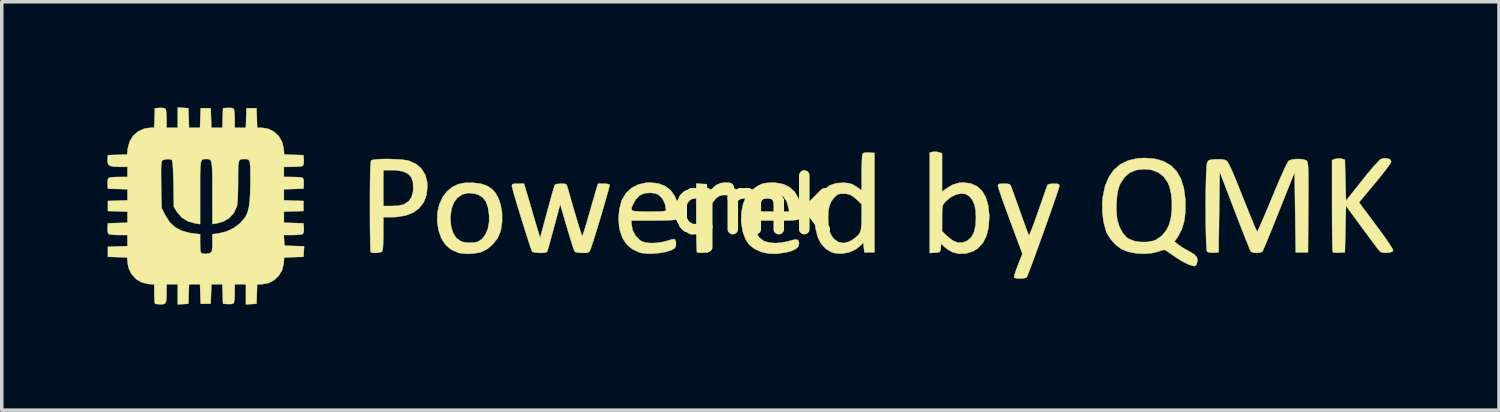
<source format=kicad_pcb>
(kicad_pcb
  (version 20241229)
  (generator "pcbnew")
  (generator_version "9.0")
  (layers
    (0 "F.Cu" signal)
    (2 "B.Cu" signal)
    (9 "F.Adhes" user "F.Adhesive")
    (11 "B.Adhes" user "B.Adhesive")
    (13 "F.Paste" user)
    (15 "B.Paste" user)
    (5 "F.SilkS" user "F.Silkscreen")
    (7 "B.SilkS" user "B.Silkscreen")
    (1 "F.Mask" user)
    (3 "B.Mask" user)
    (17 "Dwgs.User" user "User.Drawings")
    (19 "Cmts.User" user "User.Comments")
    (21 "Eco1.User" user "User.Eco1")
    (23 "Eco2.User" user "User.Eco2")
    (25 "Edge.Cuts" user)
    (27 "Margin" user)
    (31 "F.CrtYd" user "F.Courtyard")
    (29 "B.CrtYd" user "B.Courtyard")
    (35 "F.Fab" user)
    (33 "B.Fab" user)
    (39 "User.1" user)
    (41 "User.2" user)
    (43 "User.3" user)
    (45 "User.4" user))
  (footprint "qmk"
    (layer "F.Cu")
    (at 18.352 2.771)
    (property "Reference" "qmk" (at 0 0 0) (layer "F.SilkS") (effects (font (size 1.524 1.524) (thickness 0.3))))
    (attr through_hole)
    (fp_poly (pts (xy -0.665 -0.626) (xy -0.588 -0.592) (xy -0.55 -0.522) (xy -0.54 -0.411) (xy -0.54 -0.253) (xy -0.716 -0.274) (xy -0.855 -0.28) (xy -0.961 -0.254) (xy -1.055 -0.187) (xy -1.153 -0.072) (xy -1.16 -0.062) (xy -1.269 0.086) (xy -1.286 1.349) (xy -1.43 1.359) (xy -1.521 1.36) (xy -1.584 1.352) (xy -1.597 1.346) (xy -1.602 1.309) (xy -1.607 1.217) (xy -1.612 1.078) (xy -1.615 0.899) (xy -1.618 0.688) (xy -1.619 0.454) (xy -1.619 0.358) (xy -1.619 -0.607) (xy -1.468 -0.597) (xy -1.318 -0.587) (xy -1.308 -0.453) (xy -1.298 -0.319) (xy -1.2 -0.431) (xy -1.068 -0.553) (xy -0.929 -0.618) (xy -0.793 -0.635) (xy -0.665 -0.626)) (stroke (width 0.01) (type solid)) (fill yes) (layer "F.SilkS"))
    (fp_poly (pts (xy 18.033 -1.317) (xy 18.103 -1.284) (xy 18.129 -1.233) (xy 18.109 -1.189) (xy 18.052 -1.103) (xy 17.963 -0.983) (xy 17.848 -0.835) (xy 17.71 -0.666) (xy 17.671 -0.619) (xy 17.213 -0.07) (xy 17.704 0.588) (xy 17.837 0.767) (xy 17.955 0.932) (xy 18.054 1.075) (xy 18.129 1.189) (xy 18.174 1.266) (xy 18.186 1.297) (xy 18.151 1.332) (xy 18.075 1.354) (xy 17.979 1.363) (xy 17.886 1.356) (xy 17.817 1.332) (xy 17.805 1.323) (xy 17.775 1.285) (xy 17.712 1.204) (xy 17.623 1.087) (xy 17.515 0.941) (xy 17.392 0.775) (xy 17.302 0.652) (xy 16.843 0.027) (xy 16.812 1.349) (xy 16.652 1.359) (xy 16.555 1.36) (xy 16.487 1.353) (xy 16.469 1.346) (xy 16.464 1.31) (xy 16.46 1.218) (xy 16.456 1.075) (xy 16.452 0.89) (xy 16.449 0.668) (xy 16.448 0.417) (xy 16.447 0.144) (xy 16.447 0.026) (xy 16.447 -1.272) (xy 16.534 -1.305) (xy 16.652 -1.321) (xy 16.716 -1.311) (xy 16.812 -1.284) (xy 16.843 -0.119) (xy 17.303 -0.698) (xy 17.449 -0.88) (xy 17.581 -1.037) (xy 17.693 -1.164) (xy 17.778 -1.255) (xy 17.833 -1.302) (xy 17.842 -1.307) (xy 17.94 -1.327) (xy 18.033 -1.317)) (stroke (width 0.01) (type solid)) (fill yes) (layer "F.SilkS"))
    (fp_poly (pts (xy -7.958 -0.628) (xy -7.738 -0.601) (xy -7.564 -0.543) (xy -7.423 -0.449) (xy -7.341 -0.363) (xy -7.242 -0.2) (xy -7.174 0.004) (xy -7.137 0.233) (xy -7.135 0.472) (xy -7.169 0.705) (xy -7.187 0.774) (xy -7.271 0.958) (xy -7.401 1.124) (xy -7.561 1.258) (xy -7.738 1.344) (xy -7.748 1.347) (xy -7.929 1.382) (xy -8.127 1.392) (xy -8.31 1.376) (xy -8.378 1.361) (xy -8.578 1.274) (xy -8.738 1.139) (xy -8.859 0.956) (xy -8.94 0.73) (xy -8.98 0.473) (xy -8.977 0.389) (xy -8.604 0.389) (xy -8.584 0.614) (xy -8.526 0.801) (xy -8.433 0.943) (xy -8.306 1.035) (xy -8.287 1.044) (xy -8.182 1.068) (xy -8.048 1.077) (xy -7.918 1.069) (xy -7.832 1.05) (xy -7.706 0.969) (xy -7.606 0.84) (xy -7.537 0.671) (xy -7.503 0.472) (xy -7.505 0.282) (xy -7.538 0.067) (xy -7.596 -0.094) (xy -7.684 -0.209) (xy -7.806 -0.285) (xy -7.906 -0.317) (xy -8.095 -0.336) (xy -8.261 -0.298) (xy -8.398 -0.208) (xy -8.503 -0.07) (xy -8.573 0.113) (xy -8.603 0.337) (xy -8.604 0.389) (xy -8.977 0.389) (xy -8.972 0.219) (xy -8.918 -0.019) (xy -8.82 -0.23) (xy -8.7 -0.383) (xy -8.549 -0.508) (xy -8.385 -0.587) (xy -8.194 -0.626) (xy -7.961 -0.629) (xy -7.958 -0.628)) (stroke (width 0.01) (type solid)) (fill yes) (layer "F.SilkS"))
    (fp_poly (pts (xy 5.281 -1.494) (xy 5.366 -1.462) (xy 5.366 -0.373) (xy 5.477 -0.458) (xy 5.66 -0.57) (xy 5.847 -0.626) (xy 5.969 -0.635) (xy 6.181 -0.608) (xy 6.359 -0.529) (xy 6.502 -0.398) (xy 6.608 -0.218) (xy 6.676 0.01) (xy 6.706 0.283) (xy 6.707 0.352) (xy 6.686 0.645) (xy 6.624 0.891) (xy 6.521 1.089) (xy 6.377 1.24) (xy 6.245 1.32) (xy 6.046 1.383) (xy 5.848 1.391) (xy 5.665 1.345) (xy 5.637 1.332) (xy 5.534 1.271) (xy 5.44 1.2) (xy 5.425 1.186) (xy 5.338 1.103) (xy 5.328 1.226) (xy 5.319 1.301) (xy 5.296 1.338) (xy 5.242 1.353) (xy 5.167 1.359) (xy 5.016 1.369) (xy 5.016 0.749) (xy 5.366 0.749) (xy 5.501 0.881) (xy 5.656 1.006) (xy 5.804 1.07) (xy 5.948 1.073) (xy 6.09 1.015) (xy 6.199 0.917) (xy 6.274 0.775) (xy 6.317 0.584) (xy 6.329 0.365) (xy 6.318 0.155) (xy 6.286 -0.008) (xy 6.228 -0.136) (xy 6.147 -0.238) (xy 6.037 -0.306) (xy 5.904 -0.323) (xy 5.757 -0.292) (xy 5.608 -0.216) (xy 5.467 -0.096) (xy 5.444 -0.071) (xy 5.411 -0.029) (xy 5.389 0.016) (xy 5.376 0.079) (xy 5.369 0.172) (xy 5.367 0.309) (xy 5.367 0.382) (xy 5.366 0.749) (xy 5.016 0.749) (xy 5.016 -1.487) (xy 5.106 -1.507) (xy 5.205 -1.51) (xy 5.281 -1.494)) (stroke (width 0.01) (type solid)) (fill yes) (layer "F.SilkS"))
    (fp_poly (pts (xy -10.239 -1.3) (xy -10.076 -1.292) (xy -9.931 -1.279) (xy -9.817 -1.261) (xy -9.784 -1.253) (xy -9.584 -1.164) (xy -9.429 -1.032) (xy -9.322 -0.86) (xy -9.265 -0.652) (xy -9.257 -0.522) (xy -9.284 -0.28) (xy -9.361 -0.074) (xy -9.488 0.093) (xy -9.661 0.22) (xy -9.88 0.304) (xy -10.142 0.345) (xy -10.261 0.349) (xy -10.509 0.349) (xy -10.509 0.819) (xy -10.512 1.034) (xy -10.519 1.188) (xy -10.531 1.285) (xy -10.547 1.327) (xy -10.6 1.35) (xy -10.686 1.363) (xy -10.778 1.365) (xy -10.85 1.354) (xy -10.869 1.344) (xy -10.874 1.309) (xy -10.878 1.217) (xy -10.882 1.075) (xy -10.885 0.89) (xy -10.888 0.669) (xy -10.889 0.419) (xy -10.89 0.147) (xy -10.89 0.049) (xy -10.89 -0.294) (xy -10.888 -0.577) (xy -10.885 -0.806) (xy -10.881 -0.983) (xy -10.881 -0.984) (xy -10.509 -0.984) (xy -10.509 0.032) (xy -10.263 0.032) (xy -10.086 0.023) (xy -9.958 -0.003) (xy -9.908 -0.024) (xy -9.785 -0.109) (xy -9.707 -0.221) (xy -9.667 -0.373) (xy -9.66 -0.453) (xy -9.667 -0.64) (xy -9.716 -0.783) (xy -9.809 -0.886) (xy -9.95 -0.951) (xy -10.142 -0.981) (xy -10.247 -0.984) (xy -10.509 -0.984) (xy -10.881 -0.984) (xy -10.875 -1.114) (xy -10.868 -1.201) (xy -10.859 -1.251) (xy -10.852 -1.264) (xy -10.802 -1.282) (xy -10.702 -1.294) (xy -10.565 -1.302) (xy -10.407 -1.304) (xy -10.239 -1.3)) (stroke (width 0.01) (type solid)) (fill yes) (layer "F.SilkS"))
    (fp_poly (pts (xy 3.289 -1.486) (xy 3.445 -1.476) (xy 3.445 1.349) (xy 3.159 1.349) (xy 3.143 1.211) (xy 3.127 1.072) (xy 3.064 1.143) (xy 2.919 1.261) (xy 2.74 1.343) (xy 2.545 1.385) (xy 2.354 1.381) (xy 2.242 1.352) (xy 2.067 1.255) (xy 1.93 1.107) (xy 1.831 0.909) (xy 1.771 0.665) (xy 1.754 0.492) (xy 1.755 0.381) (xy 2.128 0.381) (xy 2.137 0.591) (xy 2.169 0.753) (xy 2.226 0.88) (xy 2.302 0.975) (xy 2.426 1.059) (xy 2.567 1.084) (xy 2.716 1.05) (xy 2.807 1) (xy 2.915 0.923) (xy 2.989 0.855) (xy 3.037 0.78) (xy 3.064 0.685) (xy 3.076 0.556) (xy 3.079 0.379) (xy 3.079 0.364) (xy 3.08 -0.019) (xy 2.961 -0.133) (xy 2.848 -0.231) (xy 2.752 -0.287) (xy 2.649 -0.313) (xy 2.554 -0.318) (xy 2.453 -0.311) (xy 2.381 -0.281) (xy 2.307 -0.214) (xy 2.299 -0.205) (xy 2.218 -0.1) (xy 2.165 0.022) (xy 2.137 0.174) (xy 2.128 0.373) (xy 2.128 0.381) (xy 1.755 0.381) (xy 1.758 0.197) (xy 1.804 -0.057) (xy 1.889 -0.268) (xy 2.012 -0.433) (xy 2.17 -0.551) (xy 2.362 -0.617) (xy 2.586 -0.629) (xy 2.587 -0.629) (xy 2.721 -0.614) (xy 2.822 -0.583) (xy 2.921 -0.526) (xy 2.936 -0.515) (xy 3.08 -0.414) (xy 3.08 -0.913) (xy 3.082 -1.087) (xy 3.087 -1.241) (xy 3.093 -1.361) (xy 3.102 -1.436) (xy 3.107 -1.455) (xy 3.161 -1.482) (xy 3.273 -1.487) (xy 3.289 -1.486)) (stroke (width 0.01) (type solid)) (fill yes) (layer "F.SilkS"))
    (fp_poly (pts (xy 8.637 -0.6) (xy 8.684 -0.586) (xy 8.699 -0.554) (xy 8.7 -0.539) (xy 8.689 -0.496) (xy 8.659 -0.401) (xy 8.613 -0.263) (xy 8.553 -0.087) (xy 8.482 0.117) (xy 8.403 0.342) (xy 8.319 0.58) (xy 8.231 0.824) (xy 8.144 1.066) (xy 8.06 1.298) (xy 7.981 1.513) (xy 7.911 1.702) (xy 7.852 1.859) (xy 7.807 1.975) (xy 7.778 2.042) (xy 7.771 2.056) (xy 7.723 2.079) (xy 7.639 2.092) (xy 7.543 2.094) (xy 7.461 2.086) (xy 7.415 2.066) (xy 7.414 2.065) (xy 7.417 2.024) (xy 7.441 1.938) (xy 7.48 1.821) (xy 7.522 1.711) (xy 7.648 1.388) (xy 7.301 0.456) (xy 7.215 0.224) (xy 7.137 0.009) (xy 7.069 -0.181) (xy 7.015 -0.339) (xy 6.976 -0.456) (xy 6.956 -0.526) (xy 6.953 -0.539) (xy 6.961 -0.577) (xy 6.994 -0.596) (xy 7.068 -0.603) (xy 7.124 -0.603) (xy 7.232 -0.598) (xy 7.292 -0.58) (xy 7.318 -0.548) (xy 7.335 -0.502) (xy 7.37 -0.407) (xy 7.419 -0.27) (xy 7.479 -0.102) (xy 7.547 0.087) (xy 7.576 0.171) (xy 7.646 0.365) (xy 7.709 0.54) (xy 7.762 0.686) (xy 7.803 0.795) (xy 7.827 0.856) (xy 7.832 0.866) (xy 7.847 0.846) (xy 7.879 0.774) (xy 7.926 0.658) (xy 7.984 0.504) (xy 8.049 0.322) (xy 8.099 0.18) (xy 8.169 -0.023) (xy 8.233 -0.206) (xy 8.288 -0.361) (xy 8.33 -0.48) (xy 8.358 -0.552) (xy 8.366 -0.571) (xy 8.407 -0.59) (xy 8.489 -0.601) (xy 8.543 -0.603) (xy 8.637 -0.6)) (stroke (width 0.01) (type solid)) (fill yes) (layer "F.SilkS"))
    (fp_poly (pts (xy 0.629 -0.63) (xy 0.853 -0.59) (xy 1.038 -0.5) (xy 1.184 -0.362) (xy 1.288 -0.179) (xy 1.347 0.048) (xy 1.356 0.124) (xy 1.364 0.227) (xy 1.365 0.305) (xy 1.351 0.362) (xy 1.315 0.401) (xy 1.249 0.425) (xy 1.147 0.438) (xy 1 0.444) (xy 0.801 0.445) (xy 0.658 0.445) (xy 0.023 0.445) (xy 0.042 0.605) (xy 0.087 0.792) (xy 0.173 0.932) (xy 0.301 1.026) (xy 0.475 1.077) (xy 0.633 1.086) (xy 0.784 1.074) (xy 0.947 1.046) (xy 1.038 1.022) (xy 1.165 0.989) (xy 1.245 0.987) (xy 1.288 1.019) (xy 1.302 1.089) (xy 1.302 1.102) (xy 1.277 1.189) (xy 1.201 1.259) (xy 1.069 1.316) (xy 0.957 1.346) (xy 0.675 1.39) (xy 0.427 1.384) (xy 0.237 1.34) (xy 0.043 1.254) (xy -0.102 1.143) (xy -0.208 0.995) (xy -0.286 0.799) (xy -0.3 0.746) (xy -0.342 0.488) (xy -0.336 0.224) (xy -0.322 0.151) (xy 0.032 0.151) (xy 0.048 0.167) (xy 0.101 0.178) (xy 0.197 0.185) (xy 0.344 0.189) (xy 0.527 0.191) (xy 1.023 0.191) (xy 1.001 0.073) (xy 0.945 -0.109) (xy 0.855 -0.238) (xy 0.728 -0.315) (xy 0.564 -0.343) (xy 0.5 -0.341) (xy 0.384 -0.328) (xy 0.304 -0.3) (xy 0.23 -0.245) (xy 0.206 -0.222) (xy 0.113 -0.102) (xy 0.051 0.037) (xy 0.032 0.151) (xy -0.322 0.151) (xy -0.287 -0.026) (xy -0.22 -0.195) (xy -0.132 -0.321) (xy -0.007 -0.443) (xy 0.134 -0.543) (xy 0.268 -0.603) (xy 0.376 -0.622) (xy 0.515 -0.631) (xy 0.629 -0.63)) (stroke (width 0.01) (type solid)) (fill yes) (layer "F.SilkS"))
    (fp_poly (pts (xy -2.7 -0.609) (xy -2.501 -0.534) (xy -2.342 -0.411) (xy -2.225 -0.241) (xy -2.172 -0.108) (xy -2.144 0.019) (xy -2.13 0.153) (xy -2.131 0.276) (xy -2.146 0.369) (xy -2.165 0.406) (xy -2.203 0.421) (xy -2.288 0.432) (xy -2.422 0.439) (xy -2.612 0.443) (xy -2.832 0.445) (xy -3.461 0.445) (xy -3.459 0.532) (xy -3.429 0.711) (xy -3.348 0.872) (xy -3.227 0.997) (xy -3.16 1.04) (xy -3.047 1.073) (xy -2.895 1.086) (xy -2.722 1.078) (xy -2.548 1.05) (xy -2.431 1.017) (xy -2.321 0.983) (xy -2.256 0.973) (xy -2.222 0.986) (xy -2.217 0.992) (xy -2.194 1.068) (xy -2.197 1.157) (xy -2.225 1.226) (xy -2.233 1.234) (xy -2.335 1.29) (xy -2.481 1.335) (xy -2.656 1.367) (xy -2.842 1.385) (xy -3.021 1.385) (xy -3.176 1.367) (xy -3.233 1.352) (xy -3.439 1.257) (xy -3.599 1.119) (xy -3.717 0.938) (xy -3.793 0.709) (xy -3.81 0.615) (xy -3.826 0.381) (xy -3.806 0.14) (xy -3.795 0.095) (xy -3.46 0.095) (xy -3.458 0.14) (xy -3.421 0.168) (xy -3.344 0.183) (xy -3.219 0.189) (xy -3.039 0.191) (xy -2.969 0.191) (xy -2.781 0.19) (xy -2.648 0.188) (xy -2.56 0.182) (xy -2.509 0.173) (xy -2.484 0.159) (xy -2.477 0.139) (xy -2.477 0.135) (xy -2.502 -0.013) (xy -2.569 -0.156) (xy -2.635 -0.238) (xy -2.708 -0.295) (xy -2.792 -0.327) (xy -2.912 -0.342) (xy -2.913 -0.342) (xy -3.087 -0.331) (xy -3.226 -0.269) (xy -3.338 -0.151) (xy -3.389 -0.064) (xy -3.435 0.028) (xy -3.46 0.095) (xy -3.795 0.095) (xy -3.752 -0.081) (xy -3.731 -0.138) (xy -3.619 -0.328) (xy -3.463 -0.476) (xy -3.269 -0.577) (xy -3.045 -0.629) (xy -2.937 -0.634) (xy -2.7 -0.609)) (stroke (width 0.01) (type solid)) (fill yes) (layer "F.SilkS"))
    (fp_poly (pts (xy 11.417 -1.309) (xy 11.663 -1.238) (xy 11.868 -1.12) (xy 12.032 -0.954) (xy 12.154 -0.739) (xy 12.236 -0.476) (xy 12.277 -0.164) (xy 12.28 -0.119) (xy 12.28 0.192) (xy 12.248 0.456) (xy 12.182 0.684) (xy 12.08 0.884) (xy 12.041 0.942) (xy 11.969 1.042) (xy 12.089 1.136) (xy 12.183 1.202) (xy 12.305 1.275) (xy 12.402 1.328) (xy 12.533 1.407) (xy 12.605 1.488) (xy 12.625 1.579) (xy 12.602 1.673) (xy 12.577 1.721) (xy 12.539 1.74) (xy 12.475 1.73) (xy 12.371 1.693) (xy 12.341 1.681) (xy 12.211 1.617) (xy 12.046 1.517) (xy 11.843 1.377) (xy 11.743 1.305) (xy 11.696 1.281) (xy 11.641 1.283) (xy 11.555 1.312) (xy 11.548 1.315) (xy 11.348 1.369) (xy 11.121 1.39) (xy 10.886 1.379) (xy 10.665 1.336) (xy 10.477 1.263) (xy 10.457 1.252) (xy 10.304 1.138) (xy 10.165 0.987) (xy 10.058 0.822) (xy 10.026 0.749) (xy 9.959 0.503) (xy 9.922 0.226) (xy 9.922 0.166) (xy 10.321 0.166) (xy 10.336 0.358) (xy 10.351 0.449) (xy 10.411 0.634) (xy 10.5 0.798) (xy 10.61 0.922) (xy 10.668 0.963) (xy 10.822 1.025) (xy 11.007 1.055) (xy 11.2 1.054) (xy 11.376 1.02) (xy 11.446 0.992) (xy 11.61 0.878) (xy 11.742 0.718) (xy 11.812 0.576) (xy 11.867 0.375) (xy 11.895 0.145) (xy 11.896 -0.095) (xy 11.873 -0.325) (xy 11.824 -0.528) (xy 11.78 -0.632) (xy 11.66 -0.805) (xy 11.501 -0.926) (xy 11.306 -0.996) (xy 11.106 -1.015) (xy 10.885 -0.99) (xy 10.702 -0.915) (xy 10.552 -0.787) (xy 10.432 -0.603) (xy 10.409 -0.556) (xy 10.367 -0.42) (xy 10.337 -0.242) (xy 10.322 -0.04) (xy 10.321 0.166) (xy 9.922 0.166) (xy 9.918 -0.059) (xy 9.933 -0.226) (xy 9.997 -0.531) (xy 10.102 -0.788) (xy 10.247 -0.995) (xy 10.431 -1.153) (xy 10.656 -1.262) (xy 10.921 -1.321) (xy 11.128 -1.333) (xy 11.417 -1.309)) (stroke (width 0.01) (type solid)) (fill yes) (layer "F.SilkS"))
    (fp_poly (pts (xy 15.642 -1.288) (xy 15.719 -1.261) (xy 15.73 -1.252) (xy 15.743 -1.233) (xy 15.753 -1.202) (xy 15.761 -1.152) (xy 15.767 -1.077) (xy 15.771 -0.971) (xy 15.774 -0.829) (xy 15.775 -0.645) (xy 15.775 -0.413) (xy 15.773 -0.126) (xy 15.772 0.074) (xy 15.764 1.349) (xy 15.415 1.349) (xy 15.383 -0.926) (xy 14.941 0.18) (xy 14.841 0.431) (xy 14.747 0.664) (xy 14.662 0.872) (xy 14.589 1.049) (xy 14.53 1.188) (xy 14.49 1.282) (xy 14.47 1.325) (xy 14.469 1.326) (xy 14.42 1.35) (xy 14.335 1.364) (xy 14.303 1.365) (xy 14.213 1.357) (xy 14.149 1.335) (xy 14.138 1.326) (xy 14.12 1.288) (xy 14.083 1.197) (xy 14.028 1.061) (xy 13.958 0.886) (xy 13.877 0.679) (xy 13.786 0.447) (xy 13.69 0.196) (xy 13.682 0.176) (xy 13.256 -0.934) (xy 13.224 1.349) (xy 13.081 1.359) (xy 12.978 1.356) (xy 12.908 1.336) (xy 12.898 1.329) (xy 12.887 1.287) (xy 12.878 1.19) (xy 12.871 1.046) (xy 12.865 0.865) (xy 12.86 0.654) (xy 12.857 0.422) (xy 12.856 0.177) (xy 12.856 -0.071) (xy 12.858 -0.315) (xy 12.862 -0.546) (xy 12.867 -0.756) (xy 12.873 -0.936) (xy 12.882 -1.077) (xy 12.891 -1.171) (xy 12.9 -1.206) (xy 12.928 -1.249) (xy 12.969 -1.275) (xy 13.04 -1.288) (xy 13.156 -1.295) (xy 13.305 -1.295) (xy 13.405 -1.277) (xy 13.447 -1.256) (xy 13.475 -1.226) (xy 13.514 -1.161) (xy 13.564 -1.059) (xy 13.628 -0.915) (xy 13.709 -0.724) (xy 13.807 -0.482) (xy 13.91 -0.223) (xy 14.004 0.012) (xy 14.09 0.226) (xy 14.167 0.414) (xy 14.231 0.568) (xy 14.28 0.682) (xy 14.311 0.748) (xy 14.32 0.762) (xy 14.337 0.734) (xy 14.374 0.653) (xy 14.43 0.528) (xy 14.501 0.364) (xy 14.584 0.169) (xy 14.676 -0.052) (xy 14.747 -0.224) (xy 14.874 -0.527) (xy 14.983 -0.78) (xy 15.073 -0.982) (xy 15.144 -1.13) (xy 15.194 -1.223) (xy 15.22 -1.256) (xy 15.297 -1.285) (xy 15.408 -1.301) (xy 15.531 -1.301) (xy 15.642 -1.288)) (stroke (width 0.01) (type solid)) (fill yes) (layer "F.SilkS"))
    (fp_poly (pts (xy -6.434 -0.341) (xy -6.386 -0.18) (xy -6.333 -0.003) (xy -6.288 0.153) (xy -6.287 0.159) (xy -6.243 0.31) (xy -6.191 0.486) (xy -6.141 0.651) (xy -6.137 0.667) (xy -6.055 0.937) (xy -5.857 0.201) (xy -5.801 -0.006) (xy -5.749 -0.194) (xy -5.704 -0.353) (xy -5.668 -0.474) (xy -5.645 -0.549) (xy -5.637 -0.569) (xy -5.596 -0.589) (xy -5.513 -0.601) (xy -5.461 -0.603) (xy -5.367 -0.6) (xy -5.316 -0.584) (xy -5.29 -0.544) (xy -5.277 -0.5) (xy -5.217 -0.29) (xy -5.155 -0.074) (xy -5.093 0.14) (xy -5.033 0.343) (xy -4.978 0.526) (xy -4.93 0.68) (xy -4.893 0.798) (xy -4.868 0.87) (xy -4.859 0.889) (xy -4.845 0.86) (xy -4.817 0.779) (xy -4.779 0.657) (xy -4.732 0.502) (xy -4.686 0.341) (xy -4.63 0.147) (xy -4.576 -0.041) (xy -4.527 -0.208) (xy -4.489 -0.34) (xy -4.47 -0.405) (xy -4.41 -0.603) (xy -4.255 -0.603) (xy -4.161 -0.597) (xy -4.095 -0.582) (xy -4.08 -0.572) (xy -4.085 -0.536) (xy -4.106 -0.45) (xy -4.141 -0.32) (xy -4.187 -0.158) (xy -4.241 0.029) (xy -4.3 0.231) (xy -4.362 0.439) (xy -4.425 0.644) (xy -4.484 0.837) (xy -4.538 1.009) (xy -4.585 1.151) (xy -4.62 1.253) (xy -4.636 1.294) (xy -4.661 1.334) (xy -4.704 1.356) (xy -4.782 1.364) (xy -4.853 1.365) (xy -4.97 1.358) (xy -5.05 1.34) (xy -5.073 1.326) (xy -5.091 1.284) (xy -5.124 1.192) (xy -5.168 1.057) (xy -5.219 0.89) (xy -5.276 0.7) (xy -5.295 0.635) (xy -5.485 -0.016) (xy -5.523 0.127) (xy -5.611 0.455) (xy -5.684 0.726) (xy -5.743 0.942) (xy -5.788 1.107) (xy -5.822 1.225) (xy -5.845 1.299) (xy -5.857 1.332) (xy -5.858 1.334) (xy -5.901 1.353) (xy -5.985 1.364) (xy -6.087 1.364) (xy -6.185 1.356) (xy -6.258 1.339) (xy -6.28 1.326) (xy -6.298 1.285) (xy -6.331 1.193) (xy -6.376 1.059) (xy -6.43 0.892) (xy -6.491 0.702) (xy -6.555 0.497) (xy -6.62 0.288) (xy -6.682 0.083) (xy -6.74 -0.108) (xy -6.789 -0.276) (xy -6.827 -0.41) (xy -6.851 -0.503) (xy -6.858 -0.543) (xy -6.849 -0.578) (xy -6.814 -0.596) (xy -6.736 -0.603) (xy -6.685 -0.603) (xy -6.513 -0.603) (xy -6.434 -0.341)) (stroke (width 0.01) (type solid)) (fill yes) (layer "F.SilkS"))
    (fp_poly (pts (xy -16.2 -2.756) (xy -16.05 -2.746) (xy -16.04 -2.469) (xy -16.031 -2.191) (xy -15.719 -2.191) (xy -15.71 -2.469) (xy -15.7 -2.746) (xy -15.415 -2.746) (xy -15.405 -2.469) (xy -15.396 -2.191) (xy -15.084 -2.191) (xy -15.075 -2.469) (xy -15.065 -2.746) (xy -14.926 -2.756) (xy -14.817 -2.753) (xy -14.761 -2.727) (xy -14.759 -2.725) (xy -14.747 -2.674) (xy -14.737 -2.579) (xy -14.733 -2.459) (xy -14.732 -2.437) (xy -14.732 -2.191) (xy -14.417 -2.191) (xy -14.408 -2.469) (xy -14.399 -2.746) (xy -14.113 -2.746) (xy -14.104 -2.469) (xy -14.095 -2.191) (xy -13.958 -2.191) (xy -13.778 -2.161) (xy -13.616 -2.078) (xy -13.482 -1.952) (xy -13.387 -1.792) (xy -13.342 -1.609) (xy -13.342 -1.606) (xy -13.327 -1.431) (xy -12.779 -1.413) (xy -12.769 -1.273) (xy -12.772 -1.165) (xy -12.799 -1.108) (xy -12.801 -1.107) (xy -12.851 -1.094) (xy -12.946 -1.085) (xy -13.067 -1.08) (xy -13.089 -1.08) (xy -13.335 -1.079) (xy -13.335 -0.794) (xy -13.089 -0.793) (xy -12.966 -0.79) (xy -12.865 -0.781) (xy -12.806 -0.769) (xy -12.801 -0.766) (xy -12.773 -0.713) (xy -12.769 -0.607) (xy -12.769 -0.6) (xy -12.779 -0.46) (xy -13.057 -0.451) (xy -13.335 -0.442) (xy -13.335 -0.129) (xy -12.779 -0.111) (xy -12.779 0.175) (xy -13.057 0.184) (xy -13.335 0.193) (xy -13.335 0.506) (xy -13.057 0.515) (xy -12.779 0.524) (xy -12.769 0.664) (xy -12.772 0.772) (xy -12.799 0.828) (xy -12.801 0.83) (xy -12.851 0.843) (xy -12.946 0.852) (xy -13.067 0.857) (xy -13.091 0.857) (xy -13.338 0.857) (xy -13.329 1.008) (xy -13.319 1.159) (xy -13.04 1.168) (xy -12.76 1.177) (xy -12.77 1.327) (xy -12.779 1.476) (xy -13.053 1.485) (xy -13.327 1.495) (xy -13.342 1.669) (xy -13.386 1.852) (xy -13.48 2.012) (xy -13.613 2.139) (xy -13.774 2.223) (xy -13.954 2.254) (xy -13.958 2.254) (xy -14.095 2.254) (xy -14.104 2.532) (xy -14.113 2.81) (xy -14.264 2.82) (xy -14.415 2.829) (xy -14.415 2.254) (xy -14.732 2.254) (xy -14.732 2.5) (xy -14.736 2.623) (xy -14.745 2.724) (xy -14.757 2.783) (xy -14.759 2.788) (xy -14.813 2.816) (xy -14.919 2.82) (xy -14.926 2.82) (xy -15.065 2.81) (xy -15.075 2.532) (xy -15.084 2.254) (xy -15.396 2.254) (xy -15.405 2.532) (xy -15.415 2.81) (xy -15.7 2.81) (xy -15.71 2.532) (xy -15.719 2.254) (xy -16.031 2.254) (xy -16.04 2.532) (xy -16.05 2.81) (xy -16.2 2.82) (xy -16.351 2.829) (xy -16.351 2.254) (xy -16.669 2.254) (xy -16.669 2.49) (xy -16.671 2.639) (xy -16.681 2.736) (xy -16.705 2.792) (xy -16.748 2.818) (xy -16.816 2.826) (xy -16.841 2.826) (xy -16.929 2.821) (xy -16.988 2.81) (xy -16.997 2.805) (xy -17.007 2.765) (xy -17.014 2.678) (xy -17.018 2.561) (xy -17.018 2.523) (xy -17.018 2.262) (xy -17.186 2.248) (xy -17.375 2.203) (xy -17.538 2.106) (xy -17.666 1.966) (xy -17.748 1.794) (xy -17.774 1.661) (xy -17.788 1.495) (xy -18.062 1.485) (xy -18.336 1.476) (xy -18.336 1.191) (xy -18.058 1.181) (xy -17.78 1.172) (xy -17.78 0.857) (xy -18.026 0.857) (xy -18.149 0.853) (xy -18.25 0.844) (xy -18.309 0.832) (xy -18.314 0.83) (xy -18.342 0.776) (xy -18.346 0.67) (xy -18.346 0.664) (xy -18.336 0.524) (xy -18.058 0.515) (xy -17.78 0.506) (xy -17.78 0.193) (xy -18.058 0.184) (xy -18.336 0.175) (xy -18.336 -0.111) (xy -18.058 -0.12) (xy -17.78 -0.129) (xy -17.78 -0.442) (xy -18.058 -0.451) (xy -18.336 -0.46) (xy -18.346 -0.6) (xy -18.343 -0.708) (xy -18.316 -0.765) (xy -18.314 -0.766) (xy -18.264 -0.779) (xy -18.169 -0.789) (xy -18.048 -0.793) (xy -18.026 -0.793) (xy -17.78 -0.794) (xy -17.78 -0.875) (xy -16.826 -0.875) (xy -16.824 -0.659) (xy -16.823 -0.559) (xy -16.81 0.088) (xy -16.7 0.306) (xy -16.58 0.493) (xy -16.431 0.633) (xy -16.246 0.733) (xy -16.015 0.796) (xy -15.883 0.815) (xy -15.716 0.834) (xy -15.716 1.097) (xy -15.712 1.248) (xy -15.699 1.34) (xy -15.677 1.376) (xy -15.572 1.394) (xy -15.461 1.378) (xy -15.428 1.364) (xy -15.397 1.339) (xy -15.378 1.294) (xy -15.369 1.217) (xy -15.367 1.091) (xy -15.367 1.082) (xy -15.367 0.833) (xy -15.197 0.812) (xy -14.97 0.757) (xy -14.758 0.656) (xy -14.576 0.519) (xy -14.437 0.353) (xy -14.403 0.293) (xy -14.361 0.189) (xy -14.329 0.056) (xy -14.307 -0.112) (xy -14.294 -0.324) (xy -14.288 -0.589) (xy -14.287 -0.697) (xy -14.288 -0.906) (xy -14.29 -1.061) (xy -14.298 -1.169) (xy -14.312 -1.239) (xy -14.336 -1.278) (xy -14.371 -1.296) (xy -14.421 -1.302) (xy -14.462 -1.302) (xy -14.522 -1.301) (xy -14.566 -1.293) (xy -14.597 -1.269) (xy -14.617 -1.221) (xy -14.629 -1.141) (xy -14.635 -1.021) (xy -14.637 -0.853) (xy -14.637 -0.671) (xy -14.639 -0.475) (xy -14.643 -0.294) (xy -14.651 -0.139) (xy -14.66 -0.024) (xy -14.669 0.035) (xy -14.752 0.222) (xy -14.882 0.37) (xy -15.055 0.473) (xy -15.232 0.523) (xy -15.367 0.545) (xy -15.367 -0.34) (xy -15.367 -0.612) (xy -15.369 -0.827) (xy -15.373 -0.992) (xy -15.38 -1.114) (xy -15.392 -1.198) (xy -15.41 -1.253) (xy -15.435 -1.284) (xy -15.467 -1.298) (xy -15.509 -1.302) (xy -15.53 -1.302) (xy -15.583 -1.302) (xy -15.625 -1.298) (xy -15.657 -1.284) (xy -15.681 -1.253) (xy -15.697 -1.197) (xy -15.707 -1.111) (xy -15.713 -0.987) (xy -15.716 -0.82) (xy -15.716 -0.601) (xy -15.716 -0.358) (xy -15.716 0.548) (xy -15.851 0.527) (xy -16.065 0.467) (xy -16.238 0.36) (xy -16.366 0.21) (xy -16.367 0.209) (xy -16.462 0.053) (xy -16.473 -0.601) (xy -16.479 -0.853) (xy -16.487 -1.045) (xy -16.497 -1.178) (xy -16.51 -1.255) (xy -16.521 -1.277) (xy -16.595 -1.299) (xy -16.687 -1.297) (xy -16.768 -1.275) (xy -16.796 -1.254) (xy -16.81 -1.219) (xy -16.819 -1.148) (xy -16.825 -1.036) (xy -16.826 -0.875) (xy -17.78 -0.875) (xy -17.78 -1.079) (xy -18.012 -1.079) (xy -18.167 -1.085) (xy -18.268 -1.107) (xy -18.325 -1.149) (xy -18.347 -1.218) (xy -18.346 -1.287) (xy -18.336 -1.413) (xy -18.062 -1.422) (xy -17.789 -1.431) (xy -17.771 -1.603) (xy -17.722 -1.795) (xy -17.622 -1.959) (xy -17.481 -2.084) (xy -17.307 -2.163) (xy -17.187 -2.185) (xy -17.02 -2.198) (xy -17.011 -2.472) (xy -17.002 -2.746) (xy -16.862 -2.756) (xy -16.754 -2.753) (xy -16.698 -2.727) (xy -16.696 -2.725) (xy -16.683 -2.674) (xy -16.674 -2.579) (xy -16.669 -2.459) (xy -16.669 -2.437) (xy -16.669 -2.191) (xy -16.351 -2.191) (xy -16.351 -2.766) (xy -16.2 -2.756)) (stroke (width 0.01) (type solid)) (fill yes) (layer "F.SilkS")))
  (gr_rect
    (start -3 -3)
    (end 39.543 8.605)
    (stroke (width 0.1) (type default))
    (fill no)
    (layer "Edge.Cuts")))
</source>
